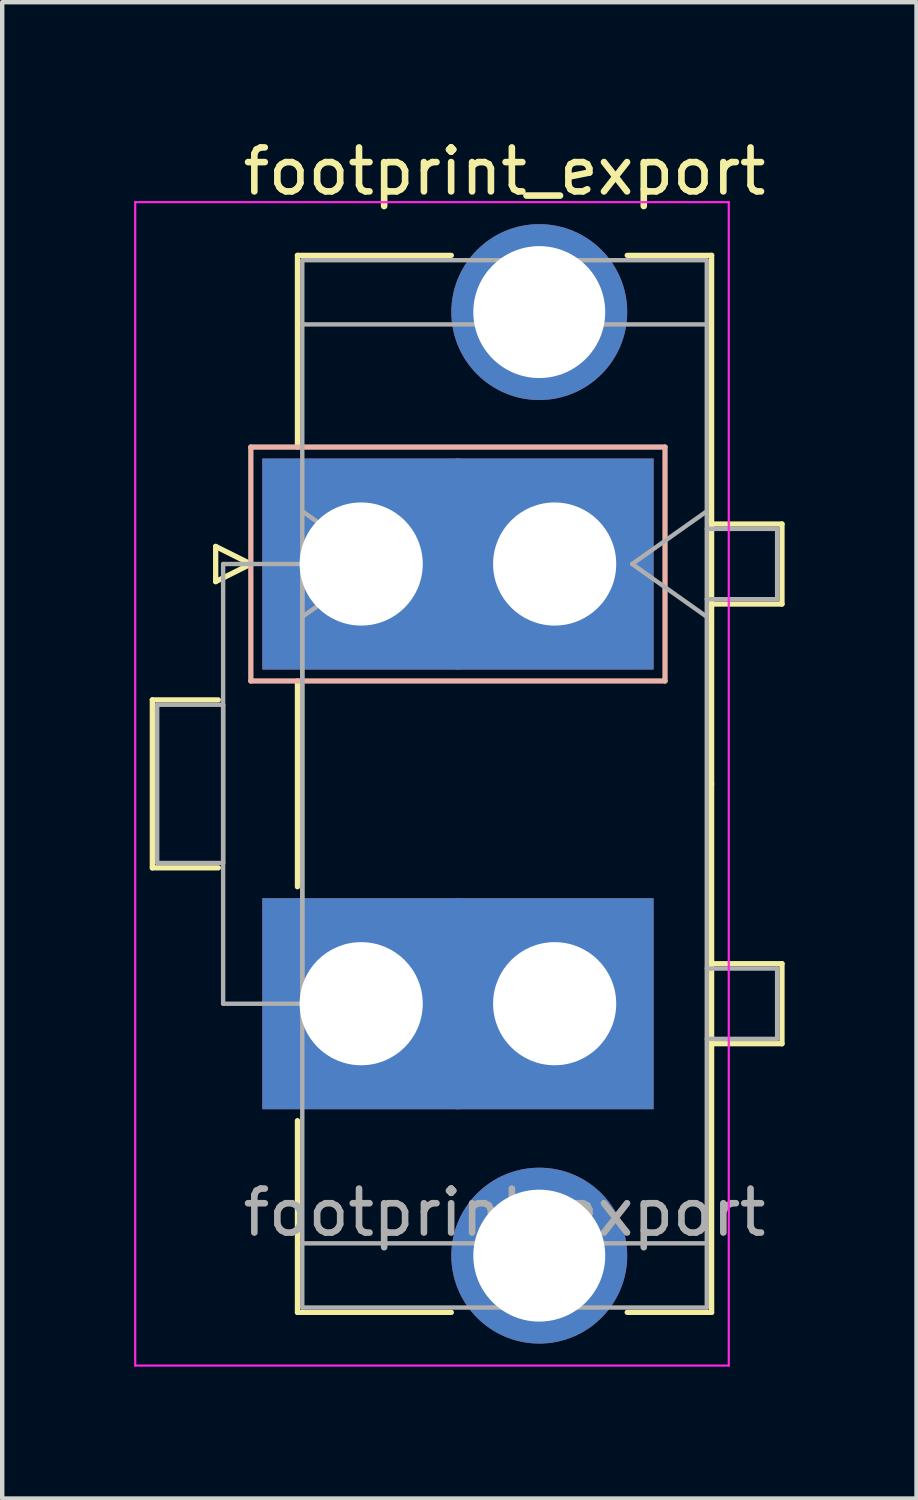
<source format=kicad_pcb>
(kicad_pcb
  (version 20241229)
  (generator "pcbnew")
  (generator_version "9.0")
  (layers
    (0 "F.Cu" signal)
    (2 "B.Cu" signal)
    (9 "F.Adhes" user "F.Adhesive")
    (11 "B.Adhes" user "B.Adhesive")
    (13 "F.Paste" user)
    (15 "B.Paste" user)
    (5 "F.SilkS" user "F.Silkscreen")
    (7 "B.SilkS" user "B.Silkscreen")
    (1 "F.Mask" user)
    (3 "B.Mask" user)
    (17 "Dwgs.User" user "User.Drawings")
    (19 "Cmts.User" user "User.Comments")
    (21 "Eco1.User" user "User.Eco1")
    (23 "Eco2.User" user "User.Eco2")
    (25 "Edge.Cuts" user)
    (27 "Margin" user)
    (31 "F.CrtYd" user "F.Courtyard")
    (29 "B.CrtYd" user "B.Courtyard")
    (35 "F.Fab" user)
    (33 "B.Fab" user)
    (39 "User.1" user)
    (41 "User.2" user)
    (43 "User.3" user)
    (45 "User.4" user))
  (footprint "footprint_export"
    (layer "F.Cu")
    (at 5.165 9.778)
    (property "Reference" "footprint_export" (at 3.26 -8.93 0) (layer "F.SilkS") (effects (font (size 1 1) (thickness 0.15))))
    (attr through_hole)
    (fp_line (start -4.75 3.09) (end -4.75 6.91) (stroke (width 0.12) (type solid)) (layer "F.SilkS"))
    (fp_line (start -4.75 6.91) (end -3.25 6.91) (stroke (width 0.12) (type solid)) (layer "F.SilkS"))
    (fp_line (start -3.31 -0.4) (end -3.31 0.4) (stroke (width 0.12) (type solid)) (layer "F.SilkS"))
    (fp_line (start -3.31 0.4) (end -2.51 0) (stroke (width 0.12) (type solid)) (layer "F.SilkS"))
    (fp_line (start -3.25 3.09) (end -4.75 3.09) (stroke (width 0.12) (type solid)) (layer "F.SilkS"))
    (fp_line (start -2.51 0) (end -3.31 -0.4) (stroke (width 0.12) (type solid)) (layer "F.SilkS"))
    (fp_line (start -1.45 -7.02) (end 2.05 -7.02) (stroke (width 0.12) (type solid)) (layer "F.SilkS"))
    (fp_line (start -1.45 -2.66) (end -1.45 -7.02) (stroke (width 0.12) (type solid)) (layer "F.SilkS"))
    (fp_line (start -1.45 2.66) (end -1.45 7.34) (stroke (width 0.12) (type solid)) (layer "F.SilkS"))
    (fp_line (start -1.45 12.66) (end -1.45 17.02) (stroke (width 0.12) (type solid)) (layer "F.SilkS"))
    (fp_line (start -1.45 17.02) (end 2.05 17.02) (stroke (width 0.12) (type solid)) (layer "F.SilkS"))
    (fp_line (start 6.05 -7.02) (end 7.97 -7.02) (stroke (width 0.12) (type solid)) (layer "F.SilkS"))
    (fp_line (start 6.05 17.02) (end 7.97 17.02) (stroke (width 0.12) (type solid)) (layer "F.SilkS"))
    (fp_line (start 7.97 -7.02) (end 7.97 5) (stroke (width 0.12) (type solid)) (layer "F.SilkS"))
    (fp_line (start 7.97 -0.91) (end 9.57 -0.91) (stroke (width 0.12) (type solid)) (layer "F.SilkS"))
    (fp_line (start 7.97 9.09) (end 9.57 9.09) (stroke (width 0.12) (type solid)) (layer "F.SilkS"))
    (fp_line (start 7.97 17.02) (end 7.97 5) (stroke (width 0.12) (type solid)) (layer "F.SilkS"))
    (fp_line (start 9.57 -0.91) (end 9.57 0.91) (stroke (width 0.12) (type solid)) (layer "F.SilkS"))
    (fp_line (start 9.57 0.91) (end 7.97 0.91) (stroke (width 0.12) (type solid)) (layer "F.SilkS"))
    (fp_line (start 9.57 9.09) (end 9.57 10.91) (stroke (width 0.12) (type solid)) (layer "F.SilkS"))
    (fp_line (start 9.57 10.91) (end 7.97 10.91) (stroke (width 0.12) (type solid)) (layer "F.SilkS"))
    (fp_line (start -2.51 -2.66) (end -2.51 2.66) (stroke (width 0.12) (type solid)) (layer "B.SilkS"))
    (fp_line (start -2.51 2.66) (end 6.91 2.66) (stroke (width 0.12) (type solid)) (layer "B.SilkS"))
    (fp_line (start 6.91 -2.66) (end -2.51 -2.66) (stroke (width 0.12) (type solid)) (layer "B.SilkS"))
    (fp_line (start 6.91 2.66) (end 6.91 -2.66) (stroke (width 0.12) (type solid)) (layer "B.SilkS"))
    (fp_line (start -5.14 -8.23) (end -5.14 18.23) (stroke (width 0.05) (type solid)) (layer "F.CrtYd"))
    (fp_line (start -5.14 18.23) (end 8.36 18.23) (stroke (width 0.05) (type solid)) (layer "F.CrtYd"))
    (fp_line (start 8.36 -8.23) (end -5.14 -8.23) (stroke (width 0.05) (type solid)) (layer "F.CrtYd"))
    (fp_line (start 8.36 18.23) (end 8.36 -8.23) (stroke (width 0.05) (type solid)) (layer "F.CrtYd"))
    (fp_line (start -4.64 3.2) (end -3.14 3.2) (stroke (width 0.1) (type solid)) (layer "F.Fab"))
    (fp_line (start -4.64 6.8) (end -4.64 3.2) (stroke (width 0.1) (type solid)) (layer "F.Fab"))
    (fp_line (start -3.14 0) (end -1.34 0) (stroke (width 0.1) (type solid)) (layer "F.Fab"))
    (fp_line (start -3.14 3.2) (end -3.14 6.8) (stroke (width 0.1) (type solid)) (layer "F.Fab"))
    (fp_line (start -3.14 6.8) (end -4.64 6.8) (stroke (width 0.1) (type solid)) (layer "F.Fab"))
    (fp_line (start -3.14 10) (end -3.14 0) (stroke (width 0.1) (type solid)) (layer "F.Fab"))
    (fp_line (start -1.34 -6.91) (end -1.34 16.91) (stroke (width 0.1) (type solid)) (layer "F.Fab"))
    (fp_line (start -1.34 -5.45) (end 7.86 -5.45) (stroke (width 0.1) (type solid)) (layer "F.Fab"))
    (fp_line (start -1.34 -1.2) (end 0.357 0) (stroke (width 0.1) (type solid)) (layer "F.Fab"))
    (fp_line (start -1.34 0) (end -1.34 10) (stroke (width 0.1) (type solid)) (layer "F.Fab"))
    (fp_line (start -1.34 10) (end -3.14 10) (stroke (width 0.1) (type solid)) (layer "F.Fab"))
    (fp_line (start -1.34 15.45) (end 7.86 15.45) (stroke (width 0.1) (type solid)) (layer "F.Fab"))
    (fp_line (start -1.34 16.91) (end 7.86 16.91) (stroke (width 0.1) (type solid)) (layer "F.Fab"))
    (fp_line (start 0.357 0) (end -1.34 1.2) (stroke (width 0.1) (type solid)) (layer "F.Fab"))
    (fp_line (start 6.163 0) (end 7.86 1.2) (stroke (width 0.1) (type solid)) (layer "F.Fab"))
    (fp_line (start 7.86 -6.91) (end -1.34 -6.91) (stroke (width 0.1) (type solid)) (layer "F.Fab"))
    (fp_line (start 7.86 -1.2) (end 6.163 0) (stroke (width 0.1) (type solid)) (layer "F.Fab"))
    (fp_line (start 7.86 -0.8) (end 9.46 -0.8) (stroke (width 0.1) (type solid)) (layer "F.Fab"))
    (fp_line (start 7.86 9.2) (end 9.46 9.2) (stroke (width 0.1) (type solid)) (layer "F.Fab"))
    (fp_line (start 7.86 16.91) (end 7.86 -6.91) (stroke (width 0.1) (type solid)) (layer "F.Fab"))
    (fp_line (start 9.46 -0.8) (end 9.46 0.8) (stroke (width 0.1) (type solid)) (layer "F.Fab"))
    (fp_line (start 9.46 0.8) (end 7.86 0.8) (stroke (width 0.1) (type solid)) (layer "F.Fab"))
    (fp_line (start 9.46 9.2) (end 9.46 10.8) (stroke (width 0.1) (type solid)) (layer "F.Fab"))
    (fp_line (start 9.46 10.8) (end 7.86 10.8) (stroke (width 0.1) (type solid)) (layer "F.Fab"))
    (fp_text user "${REFERENCE}" (at 3.26 14.75 0) (layer "F.Fab") (effects (font (size 1 1) (thickness 0.15))))
    (pad "" thru_hole circle (at 4.05 -5.73) (size 4 4) (drill 3) (layers "*.Cu" "*.Mask"))
    (pad "" thru_hole circle (at 4.05 15.73) (size 4 4) (drill 3) (layers "*.Cu" "*.Mask"))
    (pad "1" thru_hole rect (at 0 0) (size 4.5 4.8) (drill 2.8) (layers "*.Cu" "*.Mask"))
    (pad "1" thru_hole rect (at 4.4 0) (size 4.5 4.8) (drill 2.8) (layers "*.Cu" "*.Mask"))
    (pad "2" thru_hole rect (at 0 10) (size 4.5 4.8) (drill 2.8) (layers "*.Cu" "*.Mask"))
    (pad "2" thru_hole rect (at 4.4 10) (size 4.5 4.8) (drill 2.8) (layers "*.Cu" "*.Mask")))
  (gr_rect
    (start -3 -3)
    (end 17.795 31.033)
    (stroke (width 0.1) (type default))
    (fill no)
    (layer "Edge.Cuts")))
</source>
